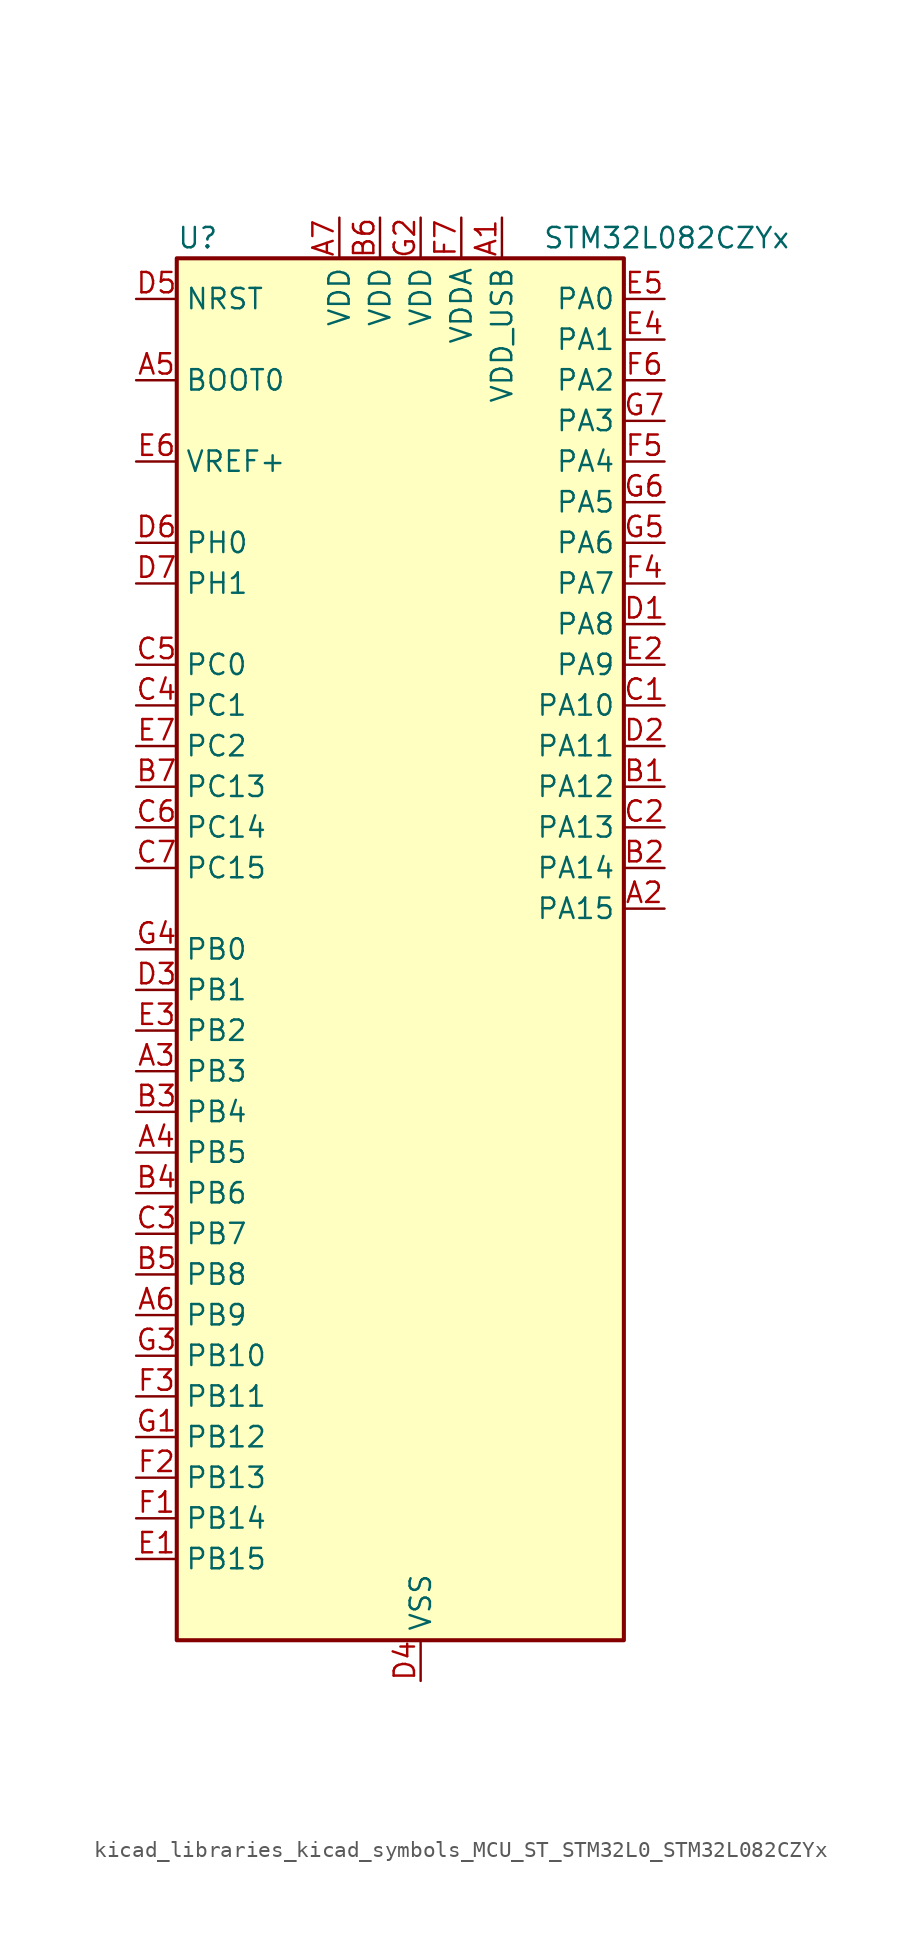
<source format=kicad_sym>
(kicad_symbol_lib
  (version 20220914)
  (generator kicad_symbol_editor)
  (symbol "kicad_libraries_kicad_symbols_MCU_ST_STM32L0_STM32L082CZYx"
    (property "Reference" "U"
      (at -12.7 44.45 0)
      (effects (font (size 1.27 1.27)) (justify left)))
    (property "Value" "STM32L082CZYx"
      (at 10.16 44.45 0)
      (effects (font (size 1.27 1.27)) (justify left)))
    (property "ki_locked" ""
      (at 0 0 0)
      (effects (font (size 1.27 1.27))))
    (symbol "kicad_libraries_kicad_symbols_MCU_ST_STM32L0_STM32L082CZYx_0_1"
      (rectangle (start -12.7 -43.18) (end 15.24 43.18) (stroke (width 0.254) (type default)) (fill (type background))))
    (symbol "kicad_libraries_kicad_symbols_MCU_ST_STM32L0_STM32L082CZYx_1_1"
      (pin power_in line (at 7.62 45.72 270) (length 2.54) (name "VDD_USB" (effects (font (size 1.27 1.27)))) (number "A1" (effects (font (size 1.27 1.27)))))
      (pin bidirectional line (at 17.78 2.54 180) (length 2.54) (name "PA15" (effects (font (size 1.27 1.27)))) (number "A2" (effects (font (size 1.27 1.27)))) (alternate "SPI1_NSS" bidirectional line) (alternate "TIM2_CH1" bidirectional line) (alternate "TIM2_ETR" bidirectional line) (alternate "USART2_RX" bidirectional line) (alternate "USART4_DE" bidirectional line) (alternate "USART4_RTS" bidirectional line))
      (pin bidirectional line (at -15.24 -7.62 0) (length 2.54) (name "PB3" (effects (font (size 1.27 1.27)))) (number "A3" (effects (font (size 1.27 1.27)))) (alternate "COMP2_INM" bidirectional line) (alternate "SPI1_SCK" bidirectional line) (alternate "TIM2_CH2" bidirectional line) (alternate "TSC_G5_IO1" bidirectional line) (alternate "USART1_DE" bidirectional line) (alternate "USART1_RTS" bidirectional line) (alternate "USART5_TX" bidirectional line))
      (pin bidirectional line (at -15.24 -12.7 0) (length 2.54) (name "PB5" (effects (font (size 1.27 1.27)))) (number "A4" (effects (font (size 1.27 1.27)))) (alternate "COMP2_INP" bidirectional line) (alternate "I2C1_SMBA" bidirectional line) (alternate "LPTIM1_IN1" bidirectional line) (alternate "SPI1_MOSI" bidirectional line) (alternate "TIM22_CH2" bidirectional line) (alternate "TIM3_CH2" bidirectional line) (alternate "USART1_CK" bidirectional line) (alternate "USART5_CK" bidirectional line) (alternate "USART5_DE" bidirectional line) (alternate "USART5_RTS" bidirectional line))
      (pin input line (at -15.24 35.56 0) (length 2.54) (name "BOOT0" (effects (font (size 1.27 1.27)))) (number "A5" (effects (font (size 1.27 1.27)))))
      (pin bidirectional line (at -15.24 -22.86 0) (length 2.54) (name "PB9" (effects (font (size 1.27 1.27)))) (number "A6" (effects (font (size 1.27 1.27)))) (alternate "DAC_EXTI9" bidirectional line) (alternate "I2C1_SDA" bidirectional line) (alternate "I2S2_WS" bidirectional line) (alternate "SPI2_NSS" bidirectional line))
      (pin power_in line (at -2.54 45.72 270) (length 2.54) (name "VDD" (effects (font (size 1.27 1.27)))) (number "A7" (effects (font (size 1.27 1.27)))))
      (pin bidirectional line (at 17.78 10.16 180) (length 2.54) (name "PA12" (effects (font (size 1.27 1.27)))) (number "B1" (effects (font (size 1.27 1.27)))) (alternate "COMP2_OUT" bidirectional line) (alternate "SPI1_MOSI" bidirectional line) (alternate "TSC_G4_IO4" bidirectional line) (alternate "USART1_DE" bidirectional line) (alternate "USART1_RTS" bidirectional line) (alternate "USB_DP" bidirectional line))
      (pin bidirectional line (at 17.78 5.08 180) (length 2.54) (name "PA14" (effects (font (size 1.27 1.27)))) (number "B2" (effects (font (size 1.27 1.27)))) (alternate "LPUART1_TX" bidirectional line) (alternate "SYS_SWCLK" bidirectional line) (alternate "USART2_TX" bidirectional line))
      (pin bidirectional line (at -15.24 -10.16 0) (length 2.54) (name "PB4" (effects (font (size 1.27 1.27)))) (number "B3" (effects (font (size 1.27 1.27)))) (alternate "COMP2_INP" bidirectional line) (alternate "I2C3_SDA" bidirectional line) (alternate "SPI1_MISO" bidirectional line) (alternate "TIM22_CH1" bidirectional line) (alternate "TIM3_CH1" bidirectional line) (alternate "TSC_G5_IO2" bidirectional line) (alternate "USART1_CTS" bidirectional line) (alternate "USART5_RX" bidirectional line))
      (pin bidirectional line (at -15.24 -15.24 0) (length 2.54) (name "PB6" (effects (font (size 1.27 1.27)))) (number "B4" (effects (font (size 1.27 1.27)))) (alternate "COMP2_INP" bidirectional line) (alternate "I2C1_SCL" bidirectional line) (alternate "LPTIM1_ETR" bidirectional line) (alternate "TSC_G5_IO3" bidirectional line) (alternate "USART1_TX" bidirectional line))
      (pin bidirectional line (at -15.24 -20.32 0) (length 2.54) (name "PB8" (effects (font (size 1.27 1.27)))) (number "B5" (effects (font (size 1.27 1.27)))) (alternate "I2C1_SCL" bidirectional line) (alternate "TSC_SYNC" bidirectional line))
      (pin power_in line (at 0 45.72 270) (length 2.54) (name "VDD" (effects (font (size 1.27 1.27)))) (number "B6" (effects (font (size 1.27 1.27)))))
      (pin bidirectional line (at -15.24 10.16 0) (length 2.54) (name "PC13" (effects (font (size 1.27 1.27)))) (number "B7" (effects (font (size 1.27 1.27)))) (alternate "RTC_OUT_ALARM" bidirectional line) (alternate "RTC_OUT_CALIB" bidirectional line) (alternate "RTC_TAMP1" bidirectional line) (alternate "RTC_TS" bidirectional line) (alternate "SYS_WKUP2" bidirectional line))
      (pin bidirectional line (at 17.78 15.24 180) (length 2.54) (name "PA10" (effects (font (size 1.27 1.27)))) (number "C1" (effects (font (size 1.27 1.27)))) (alternate "I2C1_SDA" bidirectional line) (alternate "TSC_G4_IO2" bidirectional line) (alternate "USART1_RX" bidirectional line))
      (pin bidirectional line (at 17.78 7.62 180) (length 2.54) (name "PA13" (effects (font (size 1.27 1.27)))) (number "C2" (effects (font (size 1.27 1.27)))) (alternate "LPUART1_RX" bidirectional line) (alternate "SYS_SWDIO" bidirectional line) (alternate "USB_NOE" bidirectional line))
      (pin bidirectional line (at -15.24 -17.78 0) (length 2.54) (name "PB7" (effects (font (size 1.27 1.27)))) (number "C3" (effects (font (size 1.27 1.27)))) (alternate "COMP2_INP" bidirectional line) (alternate "I2C1_SDA" bidirectional line) (alternate "LPTIM1_IN2" bidirectional line) (alternate "SYS_PVD_IN" bidirectional line) (alternate "TSC_G5_IO4" bidirectional line) (alternate "USART1_RX" bidirectional line) (alternate "USART4_CTS" bidirectional line))
      (pin bidirectional line (at -15.24 15.24 0) (length 2.54) (name "PC1" (effects (font (size 1.27 1.27)))) (number "C4" (effects (font (size 1.27 1.27)))) (alternate "ADC_IN11" bidirectional line) (alternate "I2C3_SDA" bidirectional line) (alternate "LPTIM1_OUT" bidirectional line) (alternate "LPUART1_TX" bidirectional line) (alternate "TSC_G7_IO2" bidirectional line))
      (pin bidirectional line (at -15.24 17.78 0) (length 2.54) (name "PC0" (effects (font (size 1.27 1.27)))) (number "C5" (effects (font (size 1.27 1.27)))) (alternate "ADC_IN10" bidirectional line) (alternate "I2C3_SCL" bidirectional line) (alternate "LPTIM1_IN1" bidirectional line) (alternate "LPUART1_RX" bidirectional line) (alternate "TSC_G7_IO1" bidirectional line))
      (pin bidirectional line (at -15.24 7.62 0) (length 2.54) (name "PC14" (effects (font (size 1.27 1.27)))) (number "C6" (effects (font (size 1.27 1.27)))) (alternate "RCC_OSC32_IN" bidirectional line))
      (pin bidirectional line (at -15.24 5.08 0) (length 2.54) (name "PC15" (effects (font (size 1.27 1.27)))) (number "C7" (effects (font (size 1.27 1.27)))) (alternate "RCC_OSC32_OUT" bidirectional line))
      (pin bidirectional line (at 17.78 20.32 180) (length 2.54) (name "PA8" (effects (font (size 1.27 1.27)))) (number "D1" (effects (font (size 1.27 1.27)))) (alternate "CRS_SYNC" bidirectional line) (alternate "I2C3_SCL" bidirectional line) (alternate "RCC_MCO" bidirectional line) (alternate "USART1_CK" bidirectional line))
      (pin bidirectional line (at 17.78 12.7 180) (length 2.54) (name "PA11" (effects (font (size 1.27 1.27)))) (number "D2" (effects (font (size 1.27 1.27)))) (alternate "ADC_EXTI11" bidirectional line) (alternate "COMP1_OUT" bidirectional line) (alternate "SPI1_MISO" bidirectional line) (alternate "TSC_G4_IO3" bidirectional line) (alternate "USART1_CTS" bidirectional line) (alternate "USB_DM" bidirectional line))
      (pin bidirectional line (at -15.24 -2.54 0) (length 2.54) (name "PB1" (effects (font (size 1.27 1.27)))) (number "D3" (effects (font (size 1.27 1.27)))) (alternate "ADC_IN9" bidirectional line) (alternate "LPUART1_DE" bidirectional line) (alternate "LPUART1_RTS" bidirectional line) (alternate "SYS_VREF_OUT_PB1" bidirectional line) (alternate "TIM3_CH4" bidirectional line) (alternate "TSC_G3_IO3" bidirectional line))
      (pin power_in line (at 2.54 -45.72 90) (length 2.54) (name "VSS" (effects (font (size 1.27 1.27)))) (number "D4" (effects (font (size 1.27 1.27)))))
      (pin input line (at -15.24 40.64 0) (length 2.54) (name "NRST" (effects (font (size 1.27 1.27)))) (number "D5" (effects (font (size 1.27 1.27)))))
      (pin bidirectional line (at -15.24 25.4 0) (length 2.54) (name "PH0" (effects (font (size 1.27 1.27)))) (number "D6" (effects (font (size 1.27 1.27)))) (alternate "CRS_SYNC" bidirectional line) (alternate "RCC_OSC_IN" bidirectional line))
      (pin bidirectional line (at -15.24 22.86 0) (length 2.54) (name "PH1" (effects (font (size 1.27 1.27)))) (number "D7" (effects (font (size 1.27 1.27)))) (alternate "RCC_OSC_OUT" bidirectional line))
      (pin bidirectional line (at -15.24 -38.1 0) (length 2.54) (name "PB15" (effects (font (size 1.27 1.27)))) (number "E1" (effects (font (size 1.27 1.27)))) (alternate "I2S2_SD" bidirectional line) (alternate "RTC_REFIN" bidirectional line) (alternate "SPI2_MOSI" bidirectional line))
      (pin bidirectional line (at 17.78 17.78 180) (length 2.54) (name "PA9" (effects (font (size 1.27 1.27)))) (number "E2" (effects (font (size 1.27 1.27)))) (alternate "DAC_EXTI9" bidirectional line) (alternate "I2C1_SCL" bidirectional line) (alternate "I2C3_SMBA" bidirectional line) (alternate "RCC_MCO" bidirectional line) (alternate "TSC_G4_IO1" bidirectional line) (alternate "USART1_TX" bidirectional line))
      (pin bidirectional line (at -15.24 -5.08 0) (length 2.54) (name "PB2" (effects (font (size 1.27 1.27)))) (number "E3" (effects (font (size 1.27 1.27)))) (alternate "I2C3_SMBA" bidirectional line) (alternate "LPTIM1_OUT" bidirectional line) (alternate "TSC_G3_IO4" bidirectional line))
      (pin bidirectional line (at 17.78 38.1 180) (length 2.54) (name "PA1" (effects (font (size 1.27 1.27)))) (number "E4" (effects (font (size 1.27 1.27)))) (alternate "ADC_IN1" bidirectional line) (alternate "COMP1_INP" bidirectional line) (alternate "TIM21_ETR" bidirectional line) (alternate "TIM2_CH2" bidirectional line) (alternate "TSC_G1_IO2" bidirectional line) (alternate "USART2_DE" bidirectional line) (alternate "USART2_RTS" bidirectional line) (alternate "USART4_RX" bidirectional line))
      (pin bidirectional line (at 17.78 40.64 180) (length 2.54) (name "PA0" (effects (font (size 1.27 1.27)))) (number "E5" (effects (font (size 1.27 1.27)))) (alternate "ADC_IN0" bidirectional line) (alternate "COMP1_INM" bidirectional line) (alternate "COMP1_OUT" bidirectional line) (alternate "RTC_TAMP2" bidirectional line) (alternate "SYS_WKUP1" bidirectional line) (alternate "TIM2_CH1" bidirectional line) (alternate "TIM2_ETR" bidirectional line) (alternate "TSC_G1_IO1" bidirectional line) (alternate "USART2_CTS" bidirectional line) (alternate "USART4_TX" bidirectional line))
      (pin input line (at -15.24 30.48 0) (length 2.54) (name "VREF+" (effects (font (size 1.27 1.27)))) (number "E6" (effects (font (size 1.27 1.27)))))
      (pin bidirectional line (at -15.24 12.7 0) (length 2.54) (name "PC2" (effects (font (size 1.27 1.27)))) (number "E7" (effects (font (size 1.27 1.27)))) (alternate "ADC_IN12" bidirectional line) (alternate "I2S2_MCK" bidirectional line) (alternate "LPTIM1_IN2" bidirectional line) (alternate "SPI2_MISO" bidirectional line) (alternate "TSC_G7_IO3" bidirectional line))
      (pin bidirectional line (at -15.24 -35.56 0) (length 2.54) (name "PB14" (effects (font (size 1.27 1.27)))) (number "F1" (effects (font (size 1.27 1.27)))) (alternate "I2C2_SDA" bidirectional line) (alternate "I2S2_MCK" bidirectional line) (alternate "LPUART1_DE" bidirectional line) (alternate "LPUART1_RTS" bidirectional line) (alternate "RTC_OUT_ALARM" bidirectional line) (alternate "RTC_OUT_CALIB" bidirectional line) (alternate "SPI2_MISO" bidirectional line) (alternate "TIM21_CH2" bidirectional line) (alternate "TSC_G6_IO4" bidirectional line))
      (pin bidirectional line (at -15.24 -33.02 0) (length 2.54) (name "PB13" (effects (font (size 1.27 1.27)))) (number "F2" (effects (font (size 1.27 1.27)))) (alternate "I2C2_SCL" bidirectional line) (alternate "I2S2_CK" bidirectional line) (alternate "LPUART1_CTS" bidirectional line) (alternate "RCC_MCO" bidirectional line) (alternate "SPI2_SCK" bidirectional line) (alternate "TIM21_CH1" bidirectional line) (alternate "TSC_G6_IO3" bidirectional line))
      (pin bidirectional line (at -15.24 -27.94 0) (length 2.54) (name "PB11" (effects (font (size 1.27 1.27)))) (number "F3" (effects (font (size 1.27 1.27)))) (alternate "ADC_EXTI11" bidirectional line) (alternate "I2C2_SDA" bidirectional line) (alternate "LPUART1_RX" bidirectional line) (alternate "LPUART1_TX" bidirectional line) (alternate "TIM2_CH4" bidirectional line) (alternate "TSC_G6_IO1" bidirectional line))
      (pin bidirectional line (at 17.78 22.86 180) (length 2.54) (name "PA7" (effects (font (size 1.27 1.27)))) (number "F4" (effects (font (size 1.27 1.27)))) (alternate "ADC_IN7" bidirectional line) (alternate "COMP2_OUT" bidirectional line) (alternate "SPI1_MOSI" bidirectional line) (alternate "TIM22_CH2" bidirectional line) (alternate "TIM3_CH2" bidirectional line) (alternate "TSC_G2_IO4" bidirectional line))
      (pin bidirectional line (at 17.78 30.48 180) (length 2.54) (name "PA4" (effects (font (size 1.27 1.27)))) (number "F5" (effects (font (size 1.27 1.27)))) (alternate "ADC_IN4" bidirectional line) (alternate "COMP1_INM" bidirectional line) (alternate "COMP2_INM" bidirectional line) (alternate "DAC_OUT1" bidirectional line) (alternate "SPI1_NSS" bidirectional line) (alternate "TIM22_ETR" bidirectional line) (alternate "TSC_G2_IO1" bidirectional line) (alternate "USART2_CK" bidirectional line))
      (pin bidirectional line (at 17.78 35.56 180) (length 2.54) (name "PA2" (effects (font (size 1.27 1.27)))) (number "F6" (effects (font (size 1.27 1.27)))) (alternate "ADC_IN2" bidirectional line) (alternate "COMP2_INM" bidirectional line) (alternate "COMP2_OUT" bidirectional line) (alternate "LPUART1_TX" bidirectional line) (alternate "TIM21_CH1" bidirectional line) (alternate "TIM2_CH3" bidirectional line) (alternate "TSC_G1_IO3" bidirectional line) (alternate "USART2_TX" bidirectional line))
      (pin power_in line (at 5.08 45.72 270) (length 2.54) (name "VDDA" (effects (font (size 1.27 1.27)))) (number "F7" (effects (font (size 1.27 1.27)))))
      (pin bidirectional line (at -15.24 -30.48 0) (length 2.54) (name "PB12" (effects (font (size 1.27 1.27)))) (number "G1" (effects (font (size 1.27 1.27)))) (alternate "I2S2_WS" bidirectional line) (alternate "LPUART1_DE" bidirectional line) (alternate "LPUART1_RTS" bidirectional line) (alternate "SPI2_NSS" bidirectional line) (alternate "TSC_G6_IO2" bidirectional line))
      (pin power_in line (at 2.54 45.72 270) (length 2.54) (name "VDD" (effects (font (size 1.27 1.27)))) (number "G2" (effects (font (size 1.27 1.27)))))
      (pin bidirectional line (at -15.24 -25.4 0) (length 2.54) (name "PB10" (effects (font (size 1.27 1.27)))) (number "G3" (effects (font (size 1.27 1.27)))) (alternate "I2C2_SCL" bidirectional line) (alternate "LPUART1_RX" bidirectional line) (alternate "LPUART1_TX" bidirectional line) (alternate "SPI2_SCK" bidirectional line) (alternate "TIM2_CH3" bidirectional line) (alternate "TSC_SYNC" bidirectional line))
      (pin bidirectional line (at -15.24 0 0) (length 2.54) (name "PB0" (effects (font (size 1.27 1.27)))) (number "G4" (effects (font (size 1.27 1.27)))) (alternate "ADC_IN8" bidirectional line) (alternate "SYS_VREF_OUT_PB0" bidirectional line) (alternate "TIM3_CH3" bidirectional line) (alternate "TSC_G3_IO2" bidirectional line))
      (pin bidirectional line (at 17.78 25.4 180) (length 2.54) (name "PA6" (effects (font (size 1.27 1.27)))) (number "G5" (effects (font (size 1.27 1.27)))) (alternate "ADC_IN6" bidirectional line) (alternate "COMP1_OUT" bidirectional line) (alternate "LPUART1_CTS" bidirectional line) (alternate "SPI1_MISO" bidirectional line) (alternate "TIM22_CH1" bidirectional line) (alternate "TIM3_CH1" bidirectional line) (alternate "TSC_G2_IO3" bidirectional line))
      (pin bidirectional line (at 17.78 27.94 180) (length 2.54) (name "PA5" (effects (font (size 1.27 1.27)))) (number "G6" (effects (font (size 1.27 1.27)))) (alternate "ADC_IN5" bidirectional line) (alternate "COMP1_INM" bidirectional line) (alternate "COMP2_INM" bidirectional line) (alternate "DAC_OUT2" bidirectional line) (alternate "SPI1_SCK" bidirectional line) (alternate "TIM2_CH1" bidirectional line) (alternate "TIM2_ETR" bidirectional line) (alternate "TSC_G2_IO2" bidirectional line))
      (pin bidirectional line (at 17.78 33.02 180) (length 2.54) (name "PA3" (effects (font (size 1.27 1.27)))) (number "G7" (effects (font (size 1.27 1.27)))) (alternate "ADC_IN3" bidirectional line) (alternate "COMP2_INP" bidirectional line) (alternate "LPUART1_RX" bidirectional line) (alternate "TIM21_CH2" bidirectional line) (alternate "TIM2_CH4" bidirectional line) (alternate "TSC_G1_IO4" bidirectional line) (alternate "USART2_RX" bidirectional line)))))
</source>
